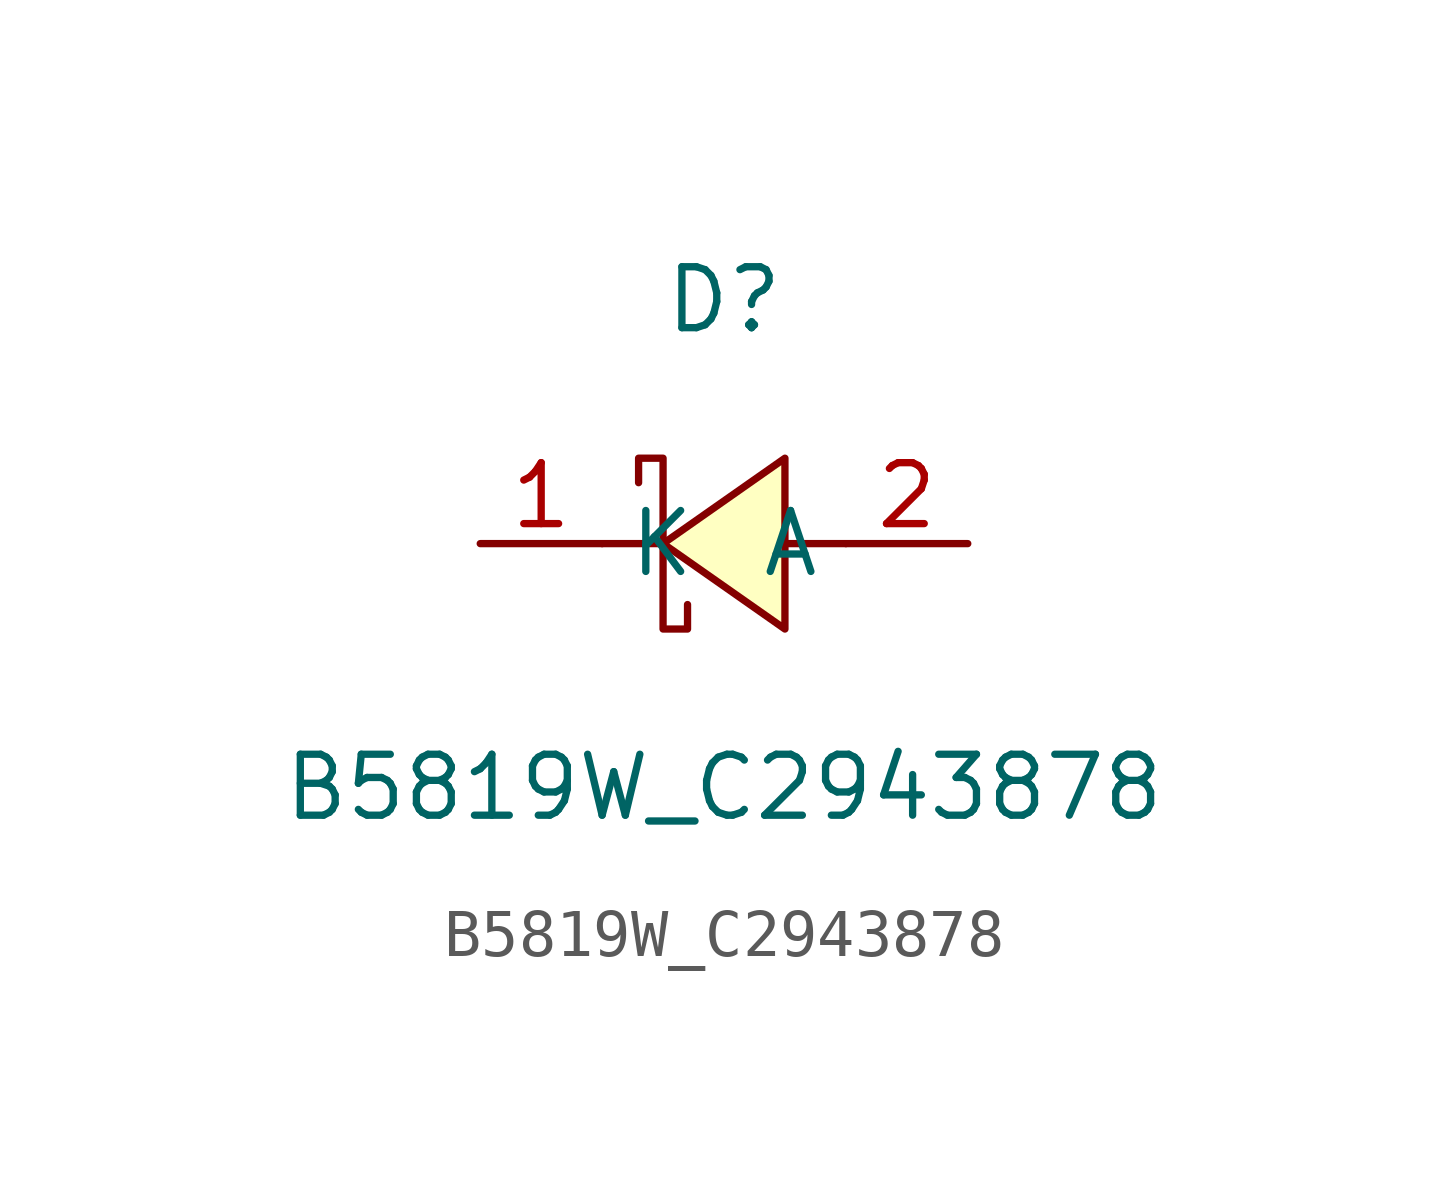
<source format=kicad_sym>
(kicad_symbol_lib
  (version 1)
  (generator "faebryk")
  (symbol "B5819W_C2943878"
    (property "Reference" "D"
      (at 0 5.08 0)
      (effects (font (size 1.27 1.27)) (hide no)))
    (property "Value" "B5819W_C2943878"
      (at 0 -5.08 0)
      (effects (font (size 1.27 1.27)) (hide no)))
    (symbol "B5819W_C2943878_0_1"
      (polyline (stroke (width 0) (type default) (color 0 0 0 0)) (fill (type background)) (pts (xy 1.27 1.78) (xy -1.27 0) (xy 1.27 -1.78) (xy 1.27 1.78)))
      (polyline (stroke (width 0) (type default) (color 0 0 0 0)) (fill (type none)) (pts (xy -1.78 1.27) (xy -1.78 1.78) (xy -1.27 1.78) (xy -1.27 -1.78) (xy -0.76 -1.78) (xy -0.76 -1.27)))
      (polyline (stroke (width 0) (type default) (color 0 0 0 0)) (fill (type none)) (pts (xy 2.54 0) (xy 1.27 0)))
      (polyline (stroke (width 0) (type default) (color 0 0 0 0)) (fill (type none)) (pts (xy -1.27 0) (xy -2.54 0)))
      (pin unspecified line (at 5.08 0 180) (length 2.54) (name "A" (effects (font (size 1.27 1.27)) (hide no))) (number "2" (effects (font (size 1.27 1.27)) (hide no))))
      (pin unspecified line (at -5.08 0 0) (length 2.54) (name "K" (effects (font (size 1.27 1.27)) (hide no))) (number "1" (effects (font (size 1.27 1.27)) (hide no)))))))
</source>
